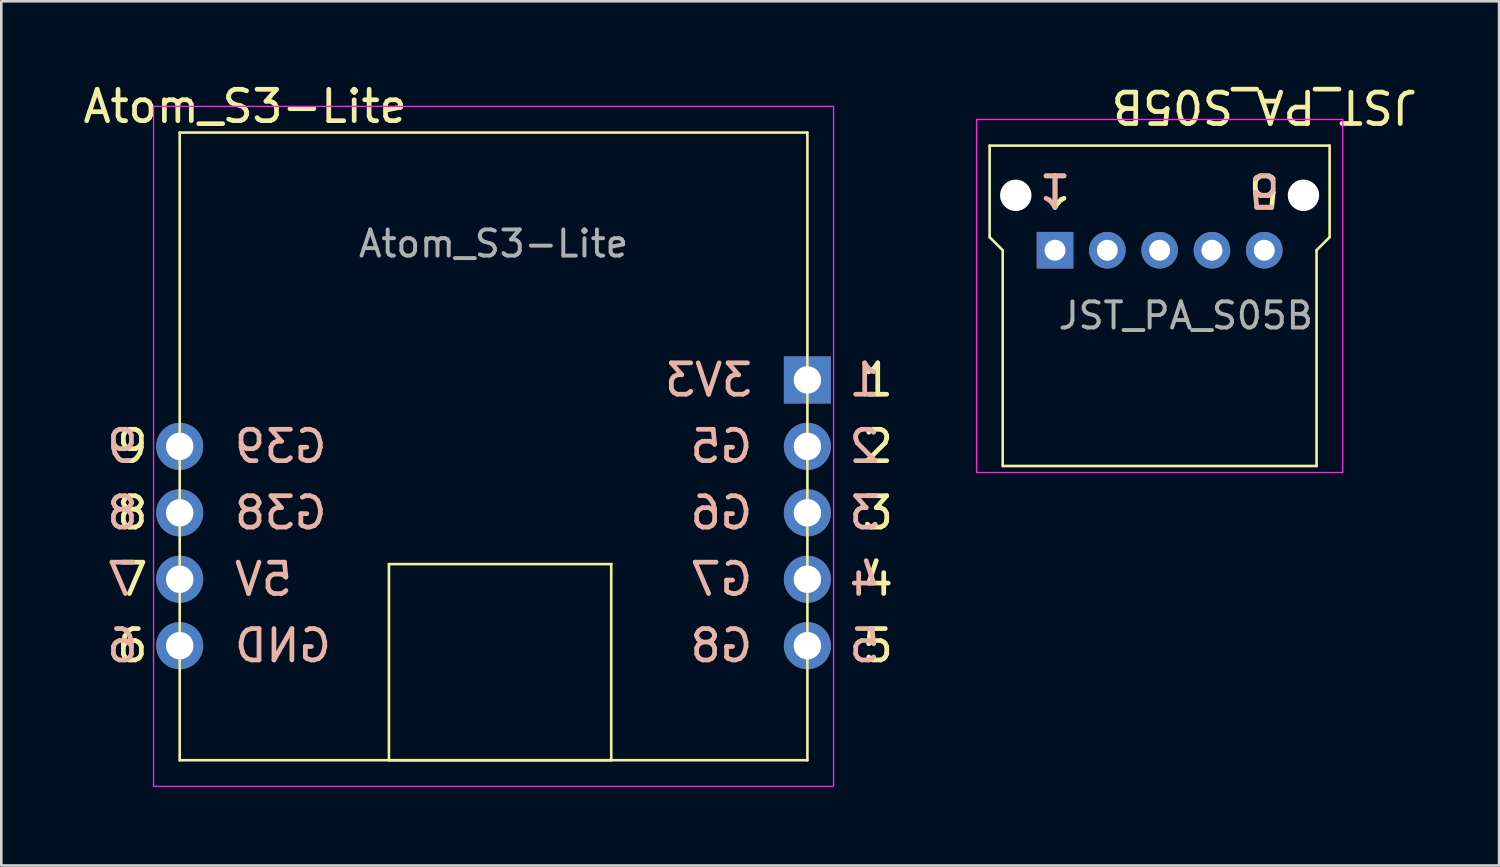
<source format=kicad_pcb>
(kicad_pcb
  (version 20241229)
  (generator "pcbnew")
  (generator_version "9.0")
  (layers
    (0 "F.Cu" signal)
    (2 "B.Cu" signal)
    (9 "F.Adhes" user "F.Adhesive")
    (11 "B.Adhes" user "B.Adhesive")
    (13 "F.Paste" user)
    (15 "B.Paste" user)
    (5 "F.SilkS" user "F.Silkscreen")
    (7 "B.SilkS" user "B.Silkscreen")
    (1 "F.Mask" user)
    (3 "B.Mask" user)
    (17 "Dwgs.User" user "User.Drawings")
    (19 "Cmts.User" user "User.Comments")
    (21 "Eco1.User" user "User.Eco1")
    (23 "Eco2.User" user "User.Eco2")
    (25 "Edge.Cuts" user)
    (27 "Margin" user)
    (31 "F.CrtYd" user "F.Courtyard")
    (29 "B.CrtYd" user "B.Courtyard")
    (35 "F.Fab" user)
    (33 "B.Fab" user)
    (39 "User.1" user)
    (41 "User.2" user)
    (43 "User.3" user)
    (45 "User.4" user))
  (footprint "JST_PA_S05B"
    (layer "F.Cu")
    (at 41.289 6.518)
    (property "Reference" "JST_PA_S05B" (at 4 -5.5 180) (unlocked yes) (layer "F.SilkS") (effects (font (size 1.2 1.2) (thickness 0.18))))
    (attr through_hole)
    (fp_line (start -6.5 -4) (end -6.5 -0.5) (stroke (width 0.1) (type default)) (layer "F.SilkS"))
    (fp_line (start -6.5 -0.5) (end -6 0) (stroke (width 0.1) (type default)) (layer "F.SilkS"))
    (fp_line (start -6 0) (end -6 8.25) (stroke (width 0.1) (type default)) (layer "F.SilkS"))
    (fp_line (start -6 8.25) (end 6 8.25) (stroke (width 0.1) (type default)) (layer "F.SilkS"))
    (fp_line (start 6 0) (end 6 8.25) (stroke (width 0.1) (type default)) (layer "F.SilkS"))
    (fp_line (start 6 0) (end 6.5 -0.5) (stroke (width 0.1) (type default)) (layer "F.SilkS"))
    (fp_line (start 6.5 -4) (end -6.5 -4) (stroke (width 0.1) (type default)) (layer "F.SilkS"))
    (fp_line (start 6.5 -0.5) (end 6.5 -4) (stroke (width 0.1) (type default)) (layer "F.SilkS"))
    (fp_line (start -7 -5) (end -7 8.5) (stroke (width 0.05) (type default)) (layer "F.CrtYd"))
    (fp_line (start -7 8.5) (end 7 8.5) (stroke (width 0.05) (type default)) (layer "F.CrtYd"))
    (fp_line (start 7 -5) (end -7 -5) (stroke (width 0.05) (type default)) (layer "F.CrtYd"))
    (fp_line (start 7 8.5) (end 7 -5) (stroke (width 0.05) (type default)) (layer "F.CrtYd"))
    (fp_text user "5" (at 4 -3 180) (unlocked yes) (layer "F.SilkS") (effects (font (size 1.2 1.2) (thickness 0.18)) (justify bottom)))
    (fp_text user "1" (at -4 -3 180) (unlocked yes) (layer "F.SilkS") (effects (font (size 1.2 1.2) (thickness 0.18)) (justify bottom)))
    (fp_text user "5" (at 4 -3 180) (unlocked yes) (layer "B.SilkS") (effects (font (size 1.2 1.2) (thickness 0.18)) (justify bottom mirror)))
    (fp_text user "1" (at -4 -3 180) (unlocked yes) (layer "B.SilkS") (effects (font (size 1.2 1.2) (thickness 0.18)) (justify bottom mirror)))
    (fp_text user "${REFERENCE}" (at 1 2.5 0) (unlocked yes) (layer "F.Fab") (effects (font (size 1 1) (thickness 0.15))))
    (pad "" np_thru_hole circle (at -5.5 -2.1) (size 1.2 1.2) (drill 1.2) (property pad_prop_mechanical) (layers "*.Cu" "*.Mask"))
    (pad "" np_thru_hole circle (at 5.5 -2.1) (size 1.2 1.2) (drill 1.2) (property pad_prop_mechanical) (layers "*.Cu" "*.Mask"))
    (pad "1" thru_hole rect (at -4 0) (size 1.4 1.4) (drill 0.8) (layers "*.Cu" "*.Mask"))
    (pad "2" thru_hole circle (at -2 0) (size 1.4 1.4) (drill 0.8) (layers "*.Cu" "*.Mask"))
    (pad "3" thru_hole circle (at 0 0) (size 1.4 1.4) (drill 0.8) (layers "*.Cu" "*.Mask"))
    (pad "4" thru_hole circle (at 2 0) (size 1.4 1.4) (drill 0.8) (layers "*.Cu" "*.Mask"))
    (pad "5" thru_hole circle (at 4 0) (size 1.4 1.4) (drill 0.8) (layers "*.Cu" "*.Mask")))
  (footprint "Atom_S3-Lite"
    (layer "F.Cu")
    (at 15.821 14.018)
    (property "Reference" "Atom_S3-Lite" (at -9.5 -13 180) (layer "F.SilkS") (effects (font (size 1.2 1.2) (thickness 0.18))))
    (attr through_hole)
    (fp_line (start -12 -12) (end 12 -12) (stroke (width 0.1) (type default)) (layer "F.SilkS"))
    (fp_line (start -12 12) (end -12 -12) (stroke (width 0.1) (type default)) (layer "F.SilkS"))
    (fp_line (start -12 12) (end 12 12) (stroke (width 0.1) (type default)) (layer "F.SilkS"))
    (fp_line (start -4 12) (end -4 4.5) (stroke (width 0.1) (type default)) (layer "F.SilkS"))
    (fp_line (start -4 12) (end 4.5 12) (stroke (width 0.1) (type default)) (layer "F.SilkS"))
    (fp_line (start 4.5 4.5) (end -4 4.5) (stroke (width 0.1) (type default)) (layer "F.SilkS"))
    (fp_line (start 4.5 12) (end 4.5 4.5) (stroke (width 0.1) (type default)) (layer "F.SilkS"))
    (fp_line (start 12 -12) (end 12 12) (stroke (width 0.1) (type default)) (layer "F.SilkS"))
    (fp_rect (start -13 -13) (end 13 13) (stroke (width 0.05) (type default)) (fill no) (layer "F.CrtYd"))
    (fp_text user "8" (at -14.5 2.54 0) (unlocked yes) (layer "F.SilkS") (effects (font (size 1.2 1.2) (thickness 0.18)) (justify left)))
    (fp_text user "6" (at -14.5 7.62 0) (unlocked yes) (layer "F.SilkS") (effects (font (size 1.2 1.2) (thickness 0.18)) (justify left)))
    (fp_text user "9" (at -14.5 0 0) (unlocked yes) (layer "F.SilkS") (effects (font (size 1.2 1.2) (thickness 0.18)) (justify left)))
    (fp_text user "7" (at -14.5 5.08 0) (unlocked yes) (layer "F.SilkS") (effects (font (size 1.2 1.2) (thickness 0.18)) (justify left)))
    (fp_text user "4" (at 14 5.08 0) (unlocked yes) (layer "F.SilkS") (effects (font (size 1.2 1.2) (thickness 0.18)) (justify left)))
    (fp_text user "2" (at 14 0 0) (unlocked yes) (layer "F.SilkS") (effects (font (size 1.2 1.2) (thickness 0.18)) (justify left)))
    (fp_text user "5" (at 14 7.62 0) (unlocked yes) (layer "F.SilkS") (effects (font (size 1.2 1.2) (thickness 0.18)) (justify left)))
    (fp_text user "1" (at 14 -2.54 0) (unlocked yes) (layer "F.SilkS") (effects (font (size 1.2 1.2) (thickness 0.18)) (justify left)))
    (fp_text user "3" (at 14 2.54 0) (unlocked yes) (layer "F.SilkS") (effects (font (size 1.2 1.2) (thickness 0.18)) (justify left)))
    (fp_text user "3" (at 13.5 2.54 0) (unlocked yes) (layer "B.SilkS") (effects (font (size 1.2 1.2) (thickness 0.18)) (justify right mirror)))
    (fp_text user "4" (at 13.5 5.08 0) (unlocked yes) (layer "B.SilkS") (effects (font (size 1.2 1.2) (thickness 0.18)) (justify right mirror)))
    (fp_text user "7" (at -13.5 5.08 0) (unlocked yes) (layer "B.SilkS") (effects (font (size 1.2 1.2) (thickness 0.18)) (justify left mirror)))
    (fp_text user "G6" (at 10 2.54 0) (unlocked yes) (layer "B.SilkS") (effects (font (size 1.2 1.2) (thickness 0.18)) (justify left mirror)))
    (fp_text user "2" (at 13.5 0 0) (unlocked yes) (layer "B.SilkS") (effects (font (size 1.2 1.2) (thickness 0.18)) (justify right mirror)))
    (fp_text user "G39" (at -10 0 0) (unlocked yes) (layer "B.SilkS") (effects (font (size 1.2 1.2) (thickness 0.18)) (justify right mirror)))
    (fp_text user "5V" (at -10 5.08 0) (unlocked yes) (layer "B.SilkS") (effects (font (size 1.2 1.2) (thickness 0.18)) (justify right mirror)))
    (fp_text user "G8" (at 10 7.62 0) (unlocked yes) (layer "B.SilkS") (effects (font (size 1.2 1.2) (thickness 0.18)) (justify left mirror)))
    (fp_text user "G5" (at 10 0 0) (unlocked yes) (layer "B.SilkS") (effects (font (size 1.2 1.2) (thickness 0.18)) (justify left mirror)))
    (fp_text user "5" (at 13.5 7.62 0) (unlocked yes) (layer "B.SilkS") (effects (font (size 1.2 1.2) (thickness 0.18)) (justify right mirror)))
    (fp_text user "G38" (at -10 2.54 0) (unlocked yes) (layer "B.SilkS") (effects (font (size 1.2 1.2) (thickness 0.18)) (justify right mirror)))
    (fp_text user "GND" (at -10 7.62 0) (unlocked yes) (layer "B.SilkS") (effects (font (size 1.2 1.2) (thickness 0.18)) (justify right mirror)))
    (fp_text user "6" (at -13.5 7.62 0) (unlocked yes) (layer "B.SilkS") (effects (font (size 1.2 1.2) (thickness 0.18)) (justify left mirror)))
    (fp_text user "3V3" (at 10 -2.54 0) (unlocked yes) (layer "B.SilkS") (effects (font (size 1.2 1.2) (thickness 0.18)) (justify left mirror)))
    (fp_text user "9" (at -13.5 0 0) (unlocked yes) (layer "B.SilkS") (effects (font (size 1.2 1.2) (thickness 0.18)) (justify left mirror)))
    (fp_text user "8" (at -13.5 2.54 0) (unlocked yes) (layer "B.SilkS") (effects (font (size 1.2 1.2) (thickness 0.18)) (justify left mirror)))
    (fp_text user "1" (at 13.5 -2.54 0) (unlocked yes) (layer "B.SilkS") (effects (font (size 1.2 1.2) (thickness 0.18)) (justify right mirror)))
    (fp_text user "G7" (at 10 5.08 0) (unlocked yes) (layer "B.SilkS") (effects (font (size 1.2 1.2) (thickness 0.18)) (justify left mirror)))
    (fp_text user "${REFERENCE}" (at 0 -7.75 180) (layer "F.Fab") (effects (font (size 1 1) (thickness 0.15))))
    (pad "1" thru_hole rect (at 12 -2.54 90) (size 1.8 1.8) (drill 1.05) (layers "*.Cu" "*.Mask"))
    (pad "2" thru_hole circle (at 12 0 90) (size 1.8 1.8) (drill 1.05) (layers "*.Cu" "*.Mask"))
    (pad "3" thru_hole circle (at 12 2.54 90) (size 1.8 1.8) (drill 1.05) (layers "*.Cu" "*.Mask"))
    (pad "4" thru_hole circle (at 12 5.08 90) (size 1.8 1.8) (drill 1.05) (layers "*.Cu" "*.Mask"))
    (pad "5" thru_hole circle (at 12 7.62 90) (size 1.8 1.8) (drill 1.05) (layers "*.Cu" "*.Mask"))
    (pad "6" thru_hole circle (at -12 7.62 90) (size 1.8 1.8) (drill 1.05) (layers "*.Cu" "*.Mask"))
    (pad "7" thru_hole circle (at -12 5.08 90) (size 1.8 1.8) (drill 1.05) (layers "*.Cu" "*.Mask"))
    (pad "8" thru_hole circle (at -12 2.54 90) (size 1.8 1.8) (drill 1.05) (layers "*.Cu" "*.Mask"))
    (pad "9" thru_hole circle (at -12 0 90) (size 1.8 1.8) (drill 1.05) (layers "*.Cu" "*.Mask")))
  (gr_rect
    (start -3 -3)
    (end 54.268 30.043)
    (stroke (width 0.1) (type default))
    (fill no)
    (layer "Edge.Cuts")))
</source>
